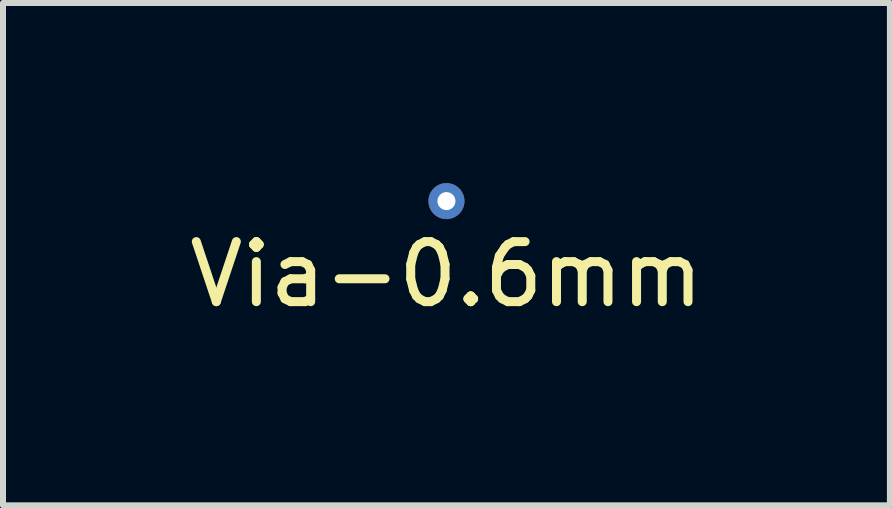
<source format=kicad_pcb>
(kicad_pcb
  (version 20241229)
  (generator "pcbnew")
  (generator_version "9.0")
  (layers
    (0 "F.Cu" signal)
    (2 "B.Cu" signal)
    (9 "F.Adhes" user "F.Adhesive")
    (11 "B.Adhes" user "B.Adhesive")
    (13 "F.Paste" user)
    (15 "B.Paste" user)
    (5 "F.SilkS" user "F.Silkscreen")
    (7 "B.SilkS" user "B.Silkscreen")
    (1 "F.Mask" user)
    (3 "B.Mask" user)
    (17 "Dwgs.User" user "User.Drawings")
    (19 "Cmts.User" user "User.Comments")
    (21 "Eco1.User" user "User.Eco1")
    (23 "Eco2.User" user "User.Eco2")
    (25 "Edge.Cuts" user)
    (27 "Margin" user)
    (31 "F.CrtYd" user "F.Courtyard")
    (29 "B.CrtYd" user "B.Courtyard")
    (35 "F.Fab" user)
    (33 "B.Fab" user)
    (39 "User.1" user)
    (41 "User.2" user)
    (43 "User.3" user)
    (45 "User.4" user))
  (footprint "Via-0.6mm"
    (layer "F.Cu")
    (at 4.387 0.3)
    (property "Reference" "Via-0.6mm" (at 0 1.22 0) (layer "F.SilkS") (effects (font (size 1 1) (thickness 0.15))))
    (attr through_hole)
    (pad "1" thru_hole circle (at 0 0) (size 0.6 0.6) (drill 0.3) (layers "*.Cu")))
  (gr_rect
    (start -3 -3)
    (end 11.774 5.368)
    (stroke (width 0.1) (type default))
    (fill no)
    (layer "Edge.Cuts")))
</source>
